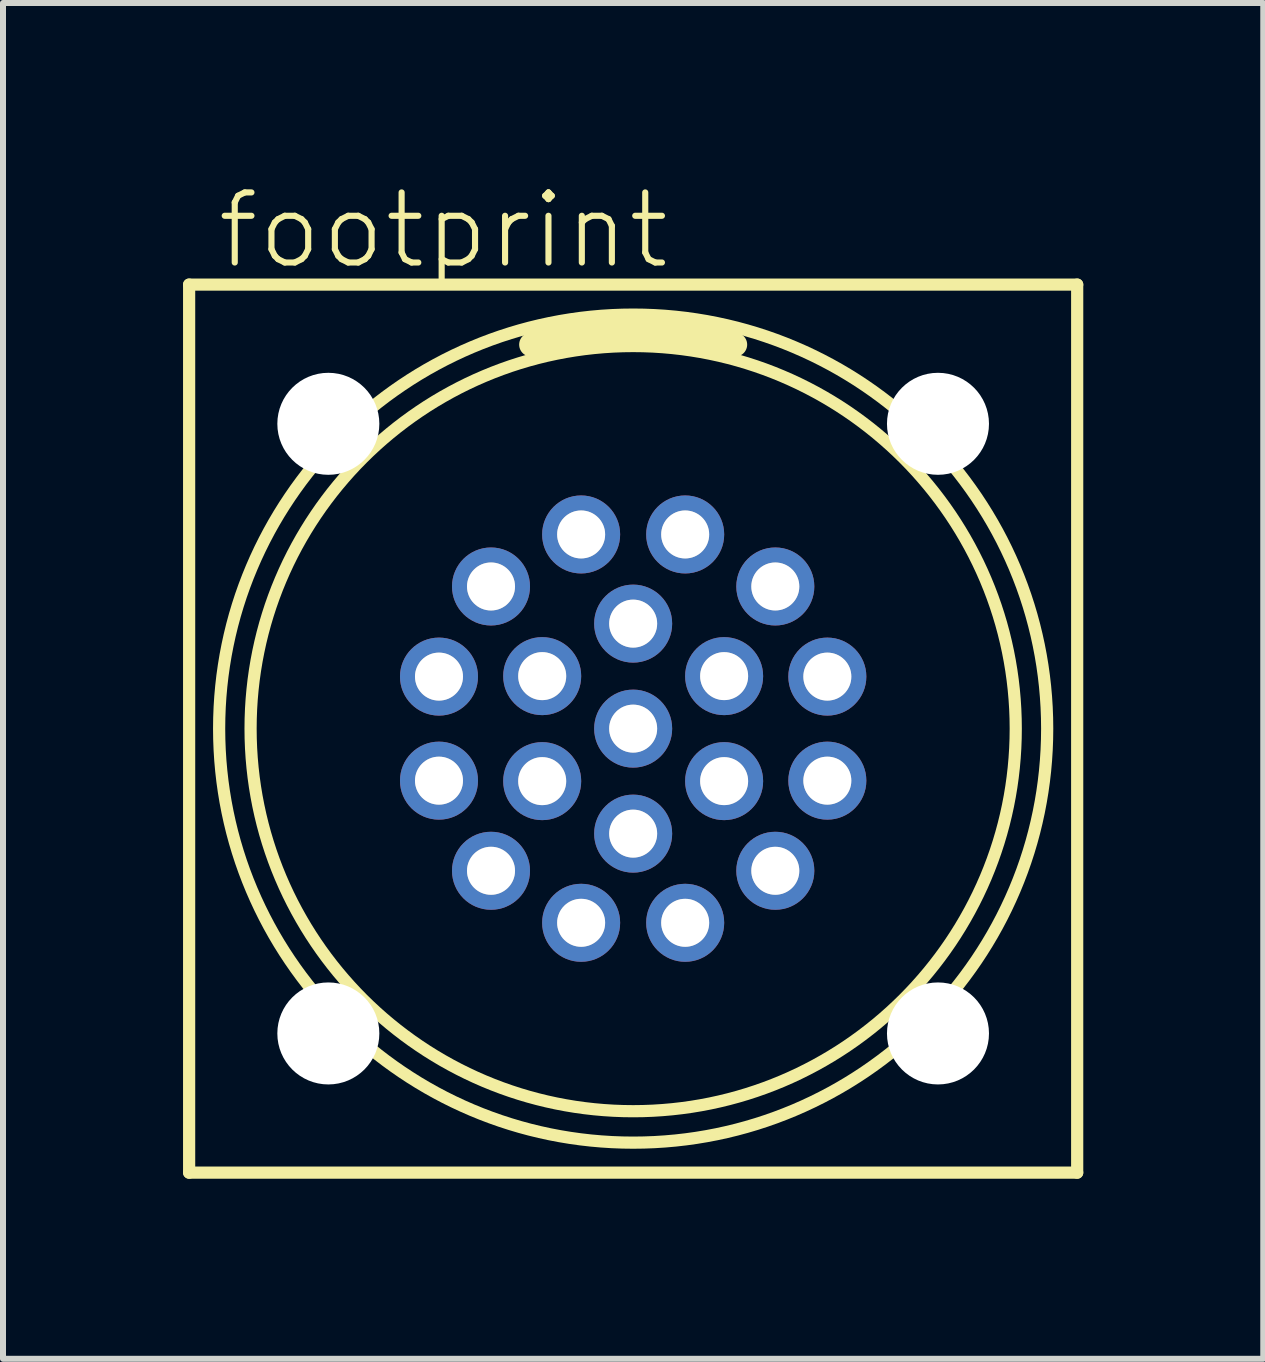
<source format=kicad_pcb>
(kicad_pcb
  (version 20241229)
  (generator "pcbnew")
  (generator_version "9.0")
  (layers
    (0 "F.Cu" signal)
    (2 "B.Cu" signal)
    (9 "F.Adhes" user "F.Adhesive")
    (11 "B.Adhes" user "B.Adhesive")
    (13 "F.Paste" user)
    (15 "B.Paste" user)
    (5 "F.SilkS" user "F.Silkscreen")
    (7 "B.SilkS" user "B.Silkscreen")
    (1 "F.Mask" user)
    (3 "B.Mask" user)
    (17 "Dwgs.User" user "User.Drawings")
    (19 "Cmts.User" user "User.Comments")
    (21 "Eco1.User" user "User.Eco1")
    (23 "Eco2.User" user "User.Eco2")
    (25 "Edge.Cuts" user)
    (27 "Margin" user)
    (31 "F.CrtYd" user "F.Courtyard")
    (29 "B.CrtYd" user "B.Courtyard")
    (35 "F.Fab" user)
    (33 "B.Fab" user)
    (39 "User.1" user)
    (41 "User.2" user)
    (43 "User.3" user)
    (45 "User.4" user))
  (footprint "footprint"
    (layer "F.Cu")
    (at 7.502 9.093)
    (property "Reference" "footprint" (at -6.985 -7.62 0) (layer "F.SilkS") (effects (font (size 1.168 1.168) (thickness 0.102)) (justify left bottom)))
    (fp_line (start -7.4 -7.4) (end 7.4 -7.4) (stroke (width 0.203) (type solid)) (layer "F.SilkS"))
    (fp_line (start -7.4 7.4) (end -7.4 -7.4) (stroke (width 0.203) (type solid)) (layer "F.SilkS"))
    (fp_line (start 7.4 -7.4) (end 7.4 7.4) (stroke (width 0.203) (type solid)) (layer "F.SilkS"))
    (fp_line (start 7.4 7.4) (end -7.4 7.4) (stroke (width 0.203) (type solid)) (layer "F.SilkS"))
    (fp_arc (start -1.7 -6.4) (mid 0 -6.650475) (end 1.700001 -6.4) (stroke (width 0.4) (type solid)) (layer "F.SilkS"))
    (fp_circle (center 0 0) (end 6.376 0) (stroke (width 0.203) (type solid)) (fill no) (layer "F.SilkS"))
    (fp_circle (center 0 0) (end 6.9 0) (stroke (width 0.203) (type solid)) (fill no) (layer "F.SilkS"))
    (fp_circle (center -3.236 -0.867) (end -2.938 -0.867) (stroke (width 0.203) (type solid)) (fill no) (layer "F.Fab"))
    (fp_circle (center -3.236 0.867) (end -2.938 0.867) (stroke (width 0.203) (type solid)) (fill no) (layer "F.Fab"))
    (fp_circle (center -2.369 -2.369) (end -2.07 -2.369) (stroke (width 0.203) (type solid)) (fill no) (layer "F.Fab"))
    (fp_circle (center -2.369 2.369) (end -2.07 2.369) (stroke (width 0.203) (type solid)) (fill no) (layer "F.Fab"))
    (fp_circle (center -1.516 -0.875) (end -1.217 -0.875) (stroke (width 0.203) (type solid)) (fill no) (layer "F.Fab"))
    (fp_circle (center -1.516 0.875) (end -1.217 0.875) (stroke (width 0.203) (type solid)) (fill no) (layer "F.Fab"))
    (fp_circle (center -0.867 -3.236) (end -0.569 -3.236) (stroke (width 0.203) (type solid)) (fill no) (layer "F.Fab"))
    (fp_circle (center -0.867 3.236) (end -0.569 3.236) (stroke (width 0.203) (type solid)) (fill no) (layer "F.Fab"))
    (fp_circle (center 0 -1.75) (end 0.298 -1.75) (stroke (width 0.203) (type solid)) (fill no) (layer "F.Fab"))
    (fp_circle (center 0 0) (end 0.298 0) (stroke (width 0.203) (type solid)) (fill no) (layer "F.Fab"))
    (fp_circle (center 0 1.75) (end 0.298 1.75) (stroke (width 0.203) (type solid)) (fill no) (layer "F.Fab"))
    (fp_circle (center 0.867 -3.236) (end 1.165 -3.236) (stroke (width 0.203) (type solid)) (fill no) (layer "F.Fab"))
    (fp_circle (center 0.867 3.236) (end 1.165 3.236) (stroke (width 0.203) (type solid)) (fill no) (layer "F.Fab"))
    (fp_circle (center 1.516 -0.875) (end 1.814 -0.875) (stroke (width 0.203) (type solid)) (fill no) (layer "F.Fab"))
    (fp_circle (center 1.516 0.875) (end 1.814 0.875) (stroke (width 0.203) (type solid)) (fill no) (layer "F.Fab"))
    (fp_circle (center 2.369 -2.369) (end 2.667 -2.369) (stroke (width 0.203) (type solid)) (fill no) (layer "F.Fab"))
    (fp_circle (center 2.369 2.369) (end 2.667 2.369) (stroke (width 0.203) (type solid)) (fill no) (layer "F.Fab"))
    (fp_circle (center 3.236 -0.867) (end 3.534 -0.867) (stroke (width 0.203) (type solid)) (fill no) (layer "F.Fab"))
    (fp_circle (center 3.236 0.867) (end 3.534 0.867) (stroke (width 0.203) (type solid)) (fill no) (layer "F.Fab"))
    (pad "" np_thru_hole circle (at -5.08 -5.08) (size 1.7 1.7) (drill 1.7) (layers "*.Cu" "*.Mask"))
    (pad "" np_thru_hole circle (at -5.08 5.08) (size 1.7 1.7) (drill 1.7) (layers "*.Cu" "*.Mask"))
    (pad "" np_thru_hole circle (at 5.08 -5.08) (size 1.7 1.7) (drill 1.7) (layers "*.Cu" "*.Mask"))
    (pad "" np_thru_hole circle (at 5.08 5.08) (size 1.7 1.7) (drill 1.7) (layers "*.Cu" "*.Mask"))
    (pad "1" thru_hole circle (at -0.867 -3.236 105) (size 1.3 1.3) (drill 0.8) (layers "*.Cu" "*.Mask"))
    (pad "2" thru_hole circle (at -2.369 -2.369 135) (size 1.3 1.3) (drill 0.8) (layers "*.Cu" "*.Mask"))
    (pad "3" thru_hole circle (at -3.236 -0.867 165) (size 1.3 1.3) (drill 0.8) (layers "*.Cu" "*.Mask"))
    (pad "4" thru_hole circle (at -3.236 0.867 195) (size 1.3 1.3) (drill 0.8) (layers "*.Cu" "*.Mask"))
    (pad "5" thru_hole circle (at -2.369 2.369 225) (size 1.3 1.3) (drill 0.8) (layers "*.Cu" "*.Mask"))
    (pad "6" thru_hole circle (at -0.867 3.236 255) (size 1.3 1.3) (drill 0.8) (layers "*.Cu" "*.Mask"))
    (pad "7" thru_hole circle (at 0.867 3.236 285) (size 1.3 1.3) (drill 0.8) (layers "*.Cu" "*.Mask"))
    (pad "8" thru_hole circle (at 2.369 2.369 315) (size 1.3 1.3) (drill 0.8) (layers "*.Cu" "*.Mask"))
    (pad "9" thru_hole circle (at 3.236 0.867 345) (size 1.3 1.3) (drill 0.8) (layers "*.Cu" "*.Mask"))
    (pad "10" thru_hole circle (at 3.236 -0.867 15) (size 1.3 1.3) (drill 0.8) (layers "*.Cu" "*.Mask"))
    (pad "11" thru_hole circle (at 2.369 -2.369 45) (size 1.3 1.3) (drill 0.8) (layers "*.Cu" "*.Mask"))
    (pad "12" thru_hole circle (at 0.867 -3.236 75) (size 1.3 1.3) (drill 0.8) (layers "*.Cu" "*.Mask"))
    (pad "13" thru_hole circle (at 0 -1.75 90) (size 1.3 1.3) (drill 0.8) (layers "*.Cu" "*.Mask"))
    (pad "14" thru_hole circle (at -1.516 -0.875 150) (size 1.3 1.3) (drill 0.8) (layers "*.Cu" "*.Mask"))
    (pad "15" thru_hole circle (at -1.516 0.875 210) (size 1.3 1.3) (drill 0.8) (layers "*.Cu" "*.Mask"))
    (pad "16" thru_hole circle (at 0 1.75 270) (size 1.3 1.3) (drill 0.8) (layers "*.Cu" "*.Mask"))
    (pad "17" thru_hole circle (at 1.516 0.875 330) (size 1.3 1.3) (drill 0.8) (layers "*.Cu" "*.Mask"))
    (pad "18" thru_hole circle (at 1.516 -0.875 30) (size 1.3 1.3) (drill 0.8) (layers "*.Cu" "*.Mask"))
    (pad "19" thru_hole circle (at 0 0) (size 1.3 1.3) (drill 0.8) (layers "*.Cu" "*.Mask")))
  (gr_rect
    (start -3 -3)
    (end 18.003 19.595)
    (stroke (width 0.1) (type default))
    (fill no)
    (layer "Edge.Cuts")))
</source>
